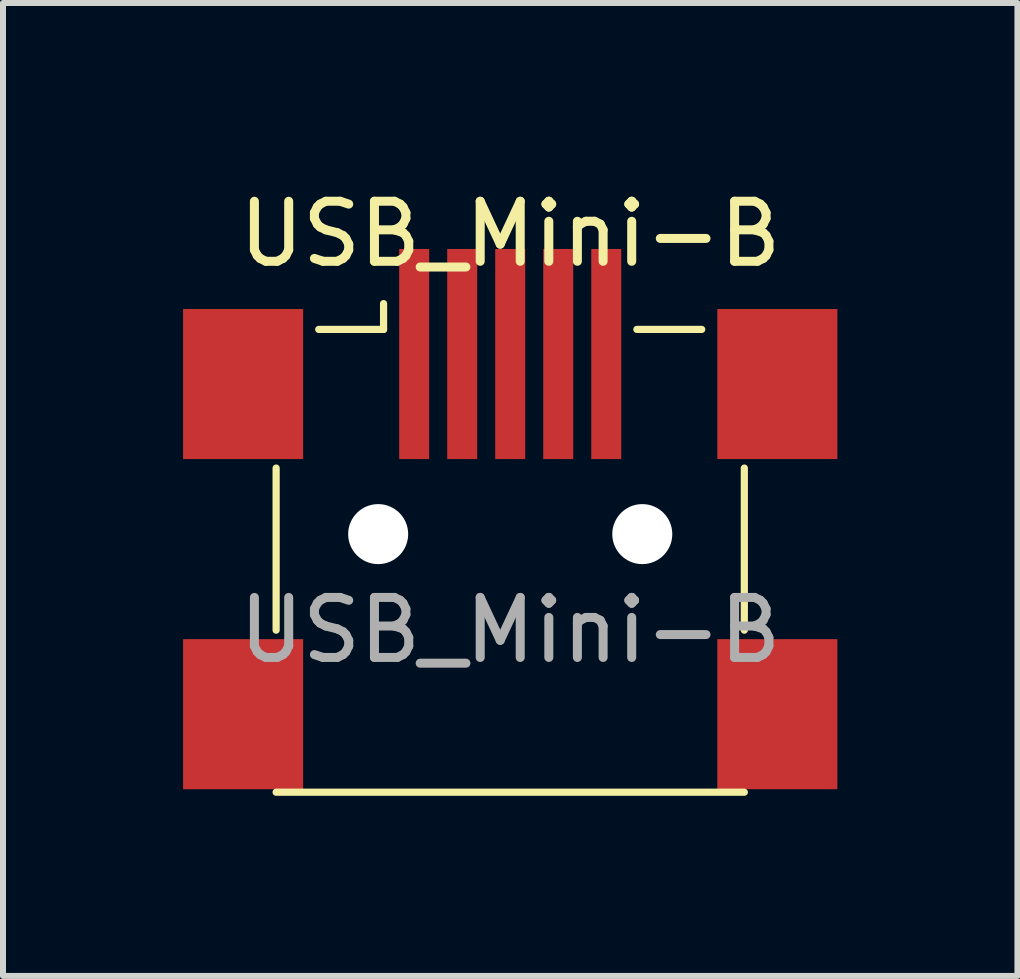
<source format=kicad_pcb>
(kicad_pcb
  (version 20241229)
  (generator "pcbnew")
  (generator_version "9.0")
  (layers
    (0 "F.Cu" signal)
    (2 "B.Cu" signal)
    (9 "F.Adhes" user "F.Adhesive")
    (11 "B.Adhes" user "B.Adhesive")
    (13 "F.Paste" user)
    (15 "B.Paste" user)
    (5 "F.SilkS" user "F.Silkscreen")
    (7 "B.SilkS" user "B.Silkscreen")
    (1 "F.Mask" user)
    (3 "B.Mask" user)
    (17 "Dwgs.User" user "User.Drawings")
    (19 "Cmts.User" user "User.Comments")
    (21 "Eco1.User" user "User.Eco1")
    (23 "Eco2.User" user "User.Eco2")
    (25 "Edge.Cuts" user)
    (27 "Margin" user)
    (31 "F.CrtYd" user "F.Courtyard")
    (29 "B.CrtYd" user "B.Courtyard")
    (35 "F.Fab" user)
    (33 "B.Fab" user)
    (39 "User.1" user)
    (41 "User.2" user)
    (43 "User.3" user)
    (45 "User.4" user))
  (footprint "USB_Mini-B"
    (layer "F.Cu")
    (at 5.45 5.848)
    (property "Reference" "USB_Mini-B" (at 0 -5 0) (layer "F.SilkS") (effects (font (size 1 1) (thickness 0.15))))
    (attr smd)
    (fp_line (start -3.9 1.6) (end -3.9 -1.1) (stroke (width 0.12) (type solid)) (layer "F.SilkS"))
    (fp_line (start -3.19 -3.41) (end -2.11 -3.41) (stroke (width 0.12) (type solid)) (layer "F.SilkS"))
    (fp_line (start -2.11 -3.41) (end -2.11 -3.84) (stroke (width 0.12) (type solid)) (layer "F.SilkS"))
    (fp_line (start 2.11 -3.41) (end 3.19 -3.41) (stroke (width 0.12) (type solid)) (layer "F.SilkS"))
    (fp_line (start 3.9 1.6) (end 3.9 -1.1) (stroke (width 0.12) (type solid)) (layer "F.SilkS"))
    (fp_line (start 3.9 4.3) (end -3.9 4.3) (stroke (width 0.12) (type solid)) (layer "F.SilkS"))
    (fp_text user "${REFERENCE}" (at 0 1.6 180) (layer "F.Fab") (effects (font (size 1 1) (thickness 0.15))))
    (pad "" np_thru_hole circle (at -2.2 0) (size 1 1) (drill 1) (layers "*.Cu" "*.Mask"))
    (pad "" np_thru_hole circle (at 2.2 0) (size 1 1) (drill 1) (layers "*.Cu" "*.Mask"))
    (pad "1" smd rect (at -1.6 -3) (size 0.5 3.5) (layers "F.Cu" "F.Mask" "F.Paste"))
    (pad "2" smd rect (at -0.8 -3) (size 0.5 3.5) (layers "F.Cu" "F.Mask" "F.Paste"))
    (pad "3" smd rect (at 0 -3) (size 0.5 3.5) (layers "F.Cu" "F.Mask" "F.Paste"))
    (pad "4" smd rect (at 0.8 -3) (size 0.5 3.5) (layers "F.Cu" "F.Mask" "F.Paste"))
    (pad "5" smd rect (at 1.6 -3) (size 0.5 3.5) (layers "F.Cu" "F.Mask" "F.Paste"))
    (pad "6" smd rect (at -4.45 -2.5) (size 2 2.5) (layers "F.Cu" "F.Mask" "F.Paste"))
    (pad "6" smd rect (at -4.45 3) (size 2 2.5) (layers "F.Cu" "F.Mask" "F.Paste"))
    (pad "6" smd rect (at 4.45 -2.5) (size 2 2.5) (layers "F.Cu" "F.Mask" "F.Paste"))
    (pad "6" smd rect (at 4.45 3) (size 2 2.5) (layers "F.Cu" "F.Mask" "F.Paste")))
  (gr_rect
    (start -3 -3)
    (end 13.9 13.208)
    (stroke (width 0.1) (type default))
    (fill no)
    (layer "Edge.Cuts")))
</source>
